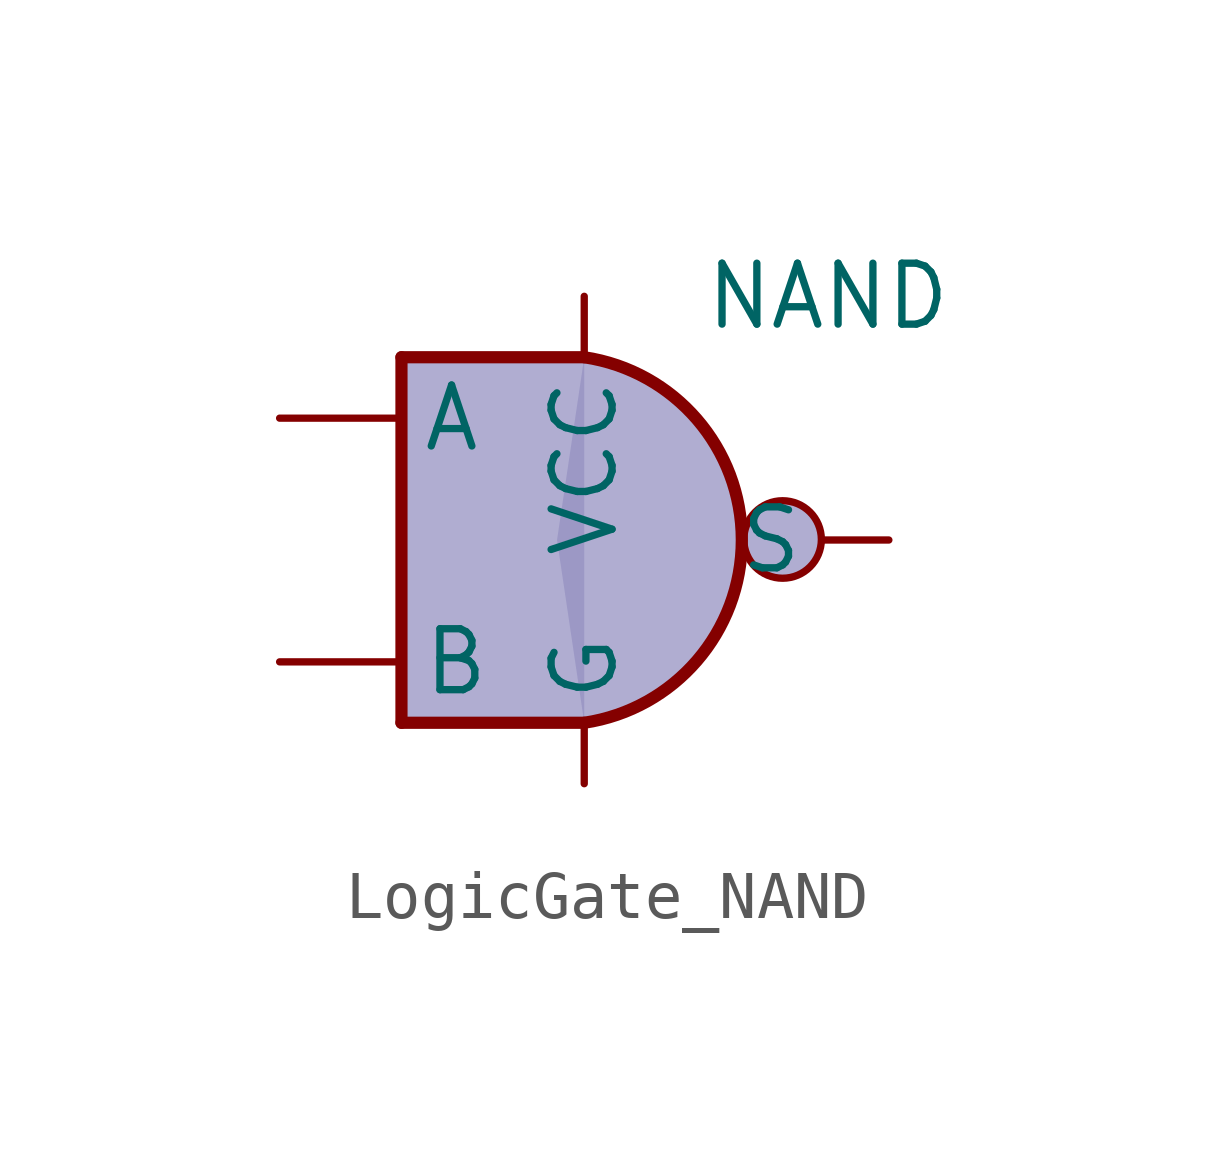
<source format=kicad_sym>
(kicad_symbol_lib
  (version 20220914)
  (generator kicad_symbol_editor)
  (symbol "LogicGate_NAND"
    (pin_numbers hide)
    (pin_names
      (offset 0.4))
    (property "Reference" "U"
      (at 0.635 9.525 0)
      (effects (font (size 1.27 1.27)) hide))
    (property "Value" "NAND"
      (at 5.08 5.08 0)
      (effects (font (size 1.27 1.27))))
    (symbol "LogicGate_NAND_1_0"
      (polyline (pts (xy -3.81 -3.81) (xy -3.81 3.81)) (stroke (width 0.254) (type default)) (fill (type background)))
      (polyline (pts (xy -3.81 -3.81) (xy 0 -3.81)) (stroke (width 0.254) (type default)) (fill (type background)))
      (polyline (pts (xy -3.81 3.81) (xy 0 3.81)) (stroke (width 0.254) (type default)) (fill (type background)))
      (polyline (pts (xy 0 3.81) (xy -3.901 3.826) (xy -3.901 3.826) (xy -3.901 -3.794) (xy -3.901 -3.794) (xy 0 -3.81)) (stroke (width -0.0001) (type default)) (fill (type color) (color 149 146 194 0.749))))
    (symbol "LogicGate_NAND_1_1"
      (arc (start 0 -3.81) (mid 3.2847 0) (end 0 3.81) (stroke (width 0.254) (type default)) (fill (type color) (color 149 146 194 0.7490196078)))
      (circle (center 4.135 0.011) (radius 0.808) (stroke (width 0) (type default)) (fill (type color) (color 149 146 194 0.749)))
      (pin input line (at 0 5.08 270) (length 1.27) (name "VCC" (effects (font (size 1.27 1.27)))) (number "1" (effects (font (size 1.27 1.27)))))
      (pin input line (at 0 -5.08 90) (length 1.27) (name "G" (effects (font (size 1.27 1.27)))) (number "2" (effects (font (size 1.27 1.27)))))
      (pin input line (at -6.35 2.54 0) (length 2.54) (name "A" (effects (font (size 1.27 1.27)))) (number "3" (effects (font (size 1.27 1.27)))))
      (pin input line (at -6.35 -2.54 0) (length 2.54) (name "B" (effects (font (size 1.27 1.27)))) (number "4" (effects (font (size 1.27 1.27)))))
      (pin output line (at 6.35 0 180) (length 1.35) (name "S" (effects (font (size 1.27 1.27)))) (number "5" (effects (font (size 1.27 1.27))))))))
</source>
